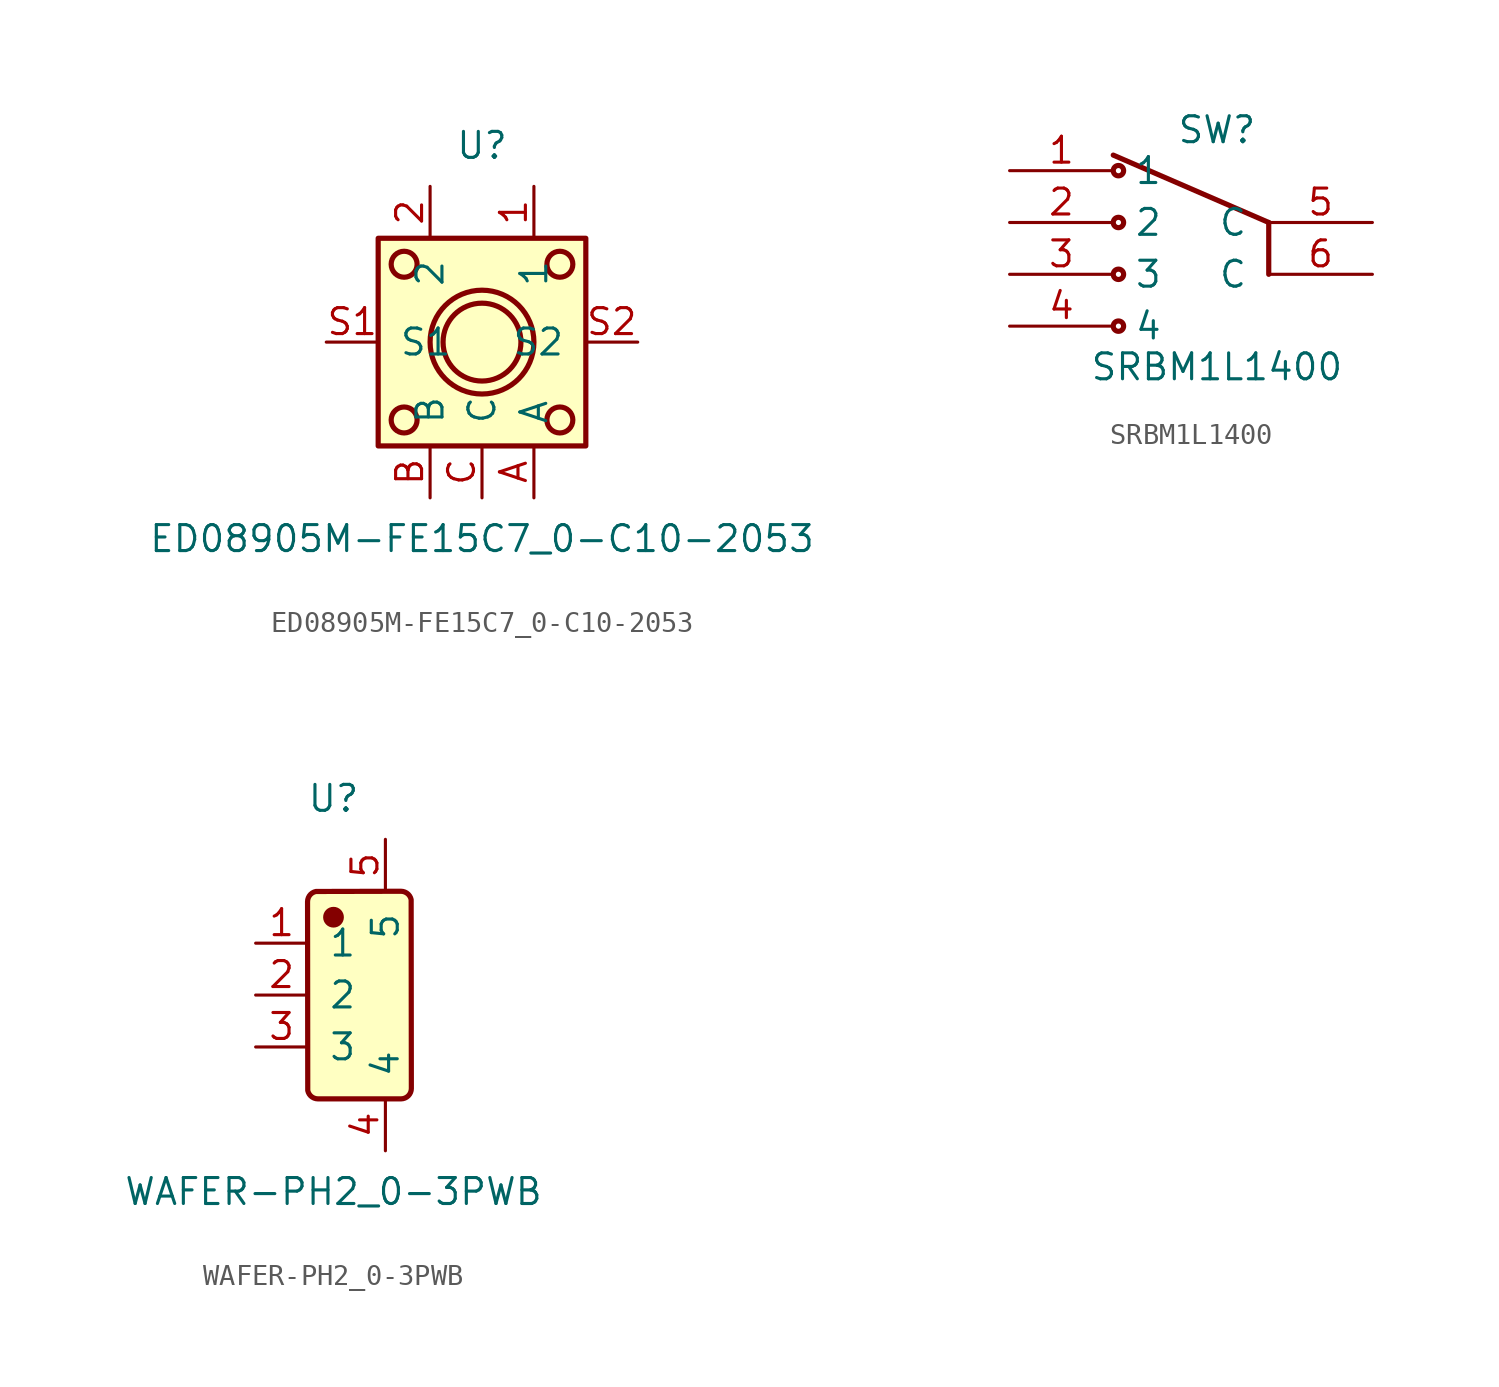
<source format=kicad_sym>
(kicad_symbol_lib
  (version 20241209)
  (generator "JLCImport")
  (generator_version "1.0")
  (symbol "ED08905M-FE15C7_0-C10-2053"
    (pin_names
      (offset 1.016))
    (property "Reference" "U"
      (at 0 9.62 0)
      (effects (font (size 1.27 1.27))))
    (property "Value" "ED08905M-FE15C7_0-C10-2053"
      (at 0 -9.62 0)
      (effects (font (size 1.27 1.27))))
    (symbol "ED08905M-FE15C7_0-C10-2053_0_1"
      (rectangle (start -5.08 5.08) (end 5.08 -5.08) (stroke (width 0.254) (type solid)) (fill (type background)))
      (circle (center 3.81 -3.81) (radius 0.635) (stroke (width 0.254) (type solid)) (fill (type none)))
      (circle (center -3.81 -3.81) (radius 0.635) (stroke (width 0.254) (type solid)) (fill (type none)))
      (circle (center 3.81 3.81) (radius 0.635) (stroke (width 0.254) (type solid)) (fill (type none)))
      (circle (center -3.81 3.81) (radius 0.635) (stroke (width 0.254) (type solid)) (fill (type none)))
      (circle (center 0 0) (radius 1.905) (stroke (width 0.254) (type solid)) (fill (type none)))
      (circle (center 0 0) (radius 2.54) (stroke (width 0.254) (type solid)) (fill (type none)))
      (pin unspecified line (at -2.54 7.62 270) (length 2.54) (name "2" (effects (font (size 1.27 1.27)) hide)) (number "2" (effects (font (size 1.27 1.27)))))
      (pin unspecified line (at 2.54 7.62 270) (length 2.54) (name "1" (effects (font (size 1.27 1.27)) hide)) (number "1" (effects (font (size 1.27 1.27)))))
      (pin unspecified line (at 7.62 0 180) (length 2.54) (name "S2" (effects (font (size 1.27 1.27)) hide)) (number "S2" (effects (font (size 1.27 1.27)))))
      (pin unspecified line (at -7.62 0 0) (length 2.54) (name "S1" (effects (font (size 1.27 1.27)) hide)) (number "S1" (effects (font (size 1.27 1.27)))))
      (pin unspecified line (at 0 -7.62 90) (length 2.54) (name "C" (effects (font (size 1.27 1.27)) hide)) (number "C" (effects (font (size 1.27 1.27)))))
      (pin unspecified line (at -2.54 -7.62 90) (length 2.54) (name "B" (effects (font (size 1.27 1.27)) hide)) (number "B" (effects (font (size 1.27 1.27)))))
      (pin unspecified line (at 2.54 -7.62 90) (length 2.54) (name "A" (effects (font (size 1.27 1.27)) hide)) (number "A" (effects (font (size 1.27 1.27)))))))
  (symbol "SRBM1L1400"
    (pin_names
      (offset 1.016))
    (property "Reference" "SW"
      (at 0 4.54 0)
      (effects (font (size 1.27 1.27))))
    (property "Value" "SRBM1L1400"
      (at 0 -7.08 0)
      (effects (font (size 1.27 1.27))))
    (symbol "SRBM1L1400_0_1"
      (circle (center -4.826 2.54) (radius 0.254) (stroke (width 0.254) (type solid)) (fill (type none)))
      (circle (center -4.826 0) (radius 0.254) (stroke (width 0.254) (type solid)) (fill (type none)))
      (circle (center -4.826 -2.54) (radius 0.254) (stroke (width 0.254) (type solid)) (fill (type none)))
      (circle (center -4.826 -5.08) (radius 0.254) (stroke (width 0.254) (type solid)) (fill (type none)))
      (polyline (pts (xy 2.54 0) (xy 2.54 -2.54)) (stroke (width 0.254) (type solid)) (fill (type none)))
      (polyline (pts (xy 2.54 0) (xy -5.08 3.302)) (stroke (width 0.254) (type solid)) (fill (type none)))
      (pin unspecified line (at 7.62 -2.54 180) (length 5.08) (name "C" (effects (font (size 1.27 1.27)))) (number "6" (effects (font (size 1.27 1.27)))))
      (pin unspecified line (at -10.16 2.54 0) (length 5.08) (name "1" (effects (font (size 1.27 1.27)))) (number "1" (effects (font (size 1.27 1.27)))))
      (pin unspecified line (at -10.16 0 0) (length 5.08) (name "2" (effects (font (size 1.27 1.27)))) (number "2" (effects (font (size 1.27 1.27)))))
      (pin unspecified line (at -10.16 -2.54 0) (length 5.08) (name "3" (effects (font (size 1.27 1.27)))) (number "3" (effects (font (size 1.27 1.27)))))
      (pin unspecified line (at -10.16 -5.08 0) (length 5.08) (name "4" (effects (font (size 1.27 1.27)))) (number "4" (effects (font (size 1.27 1.27)))))
      (pin unspecified line (at 7.62 0 180) (length 5.08) (name "C" (effects (font (size 1.27 1.27)))) (number "5" (effects (font (size 1.27 1.27)))))))
  (symbol "WAFER-PH2_0-3PWB"
    (pin_names
      (offset 1.016))
    (property "Reference" "U"
      (at 0 9.62 0)
      (effects (font (size 1.27 1.27))))
    (property "Value" "WAFER-PH2_0-3PWB"
      (at 0 -9.62 0)
      (effects (font (size 1.27 1.27))))
    (symbol "WAFER-PH2_0-3PWB_0_1"
      (polyline (pts (xy 3.302 -5.08) (xy 3.401 -5.07) (xy 3.496 -5.041) (xy 3.584 -4.994) (xy 3.661 -4.931) (xy 3.724 -4.854) (xy 3.771 -4.766) (xy 3.8 -4.671) (xy 3.81 -4.572) (xy 3.8 4.671) (xy 3.771 4.766) (xy 3.724 4.854) (xy 3.661 4.931) (xy 3.584 4.994) (xy 3.496 5.041) (xy 3.401 5.07) (xy 3.302 5.08) (xy -0.861 5.07) (xy -0.956 5.041) (xy -1.044 4.994) (xy -1.121 4.931) (xy -1.184 4.854) (xy -1.231 4.766) (xy -1.26 4.671) (xy -1.27 4.572) (xy -1.26 -4.671) (xy -1.231 -4.766) (xy -1.184 -4.854) (xy -1.121 -4.931) (xy -1.044 -4.994) (xy -0.956 -5.041) (xy -0.861 -5.07) (xy -0.762 -5.08) (xy 3.302 -5.08)) (stroke (width 0.254) (type solid)) (fill (type background)))
      (circle (center 0 3.81) (radius 0.381) (stroke (width 0.254) (type solid)) (fill (type outline)))
      (pin unspecified line (at 2.54 7.62 270) (length 2.54) (name "5" (effects (font (size 1.27 1.27)))) (number "5" (effects (font (size 1.27 1.27)))))
      (pin unspecified line (at 2.54 -7.62 90) (length 2.54) (name "4" (effects (font (size 1.27 1.27)))) (number "4" (effects (font (size 1.27 1.27)))))
      (pin unspecified line (at -3.81 -2.54 0) (length 2.54) (name "3" (effects (font (size 1.27 1.27)))) (number "3" (effects (font (size 1.27 1.27)))))
      (pin unspecified line (at -3.81 0 0) (length 2.54) (name "2" (effects (font (size 1.27 1.27)))) (number "2" (effects (font (size 1.27 1.27)))))
      (pin unspecified line (at -3.81 2.54 0) (length 2.54) (name "1" (effects (font (size 1.27 1.27)))) (number "1" (effects (font (size 1.27 1.27))))))))
</source>
